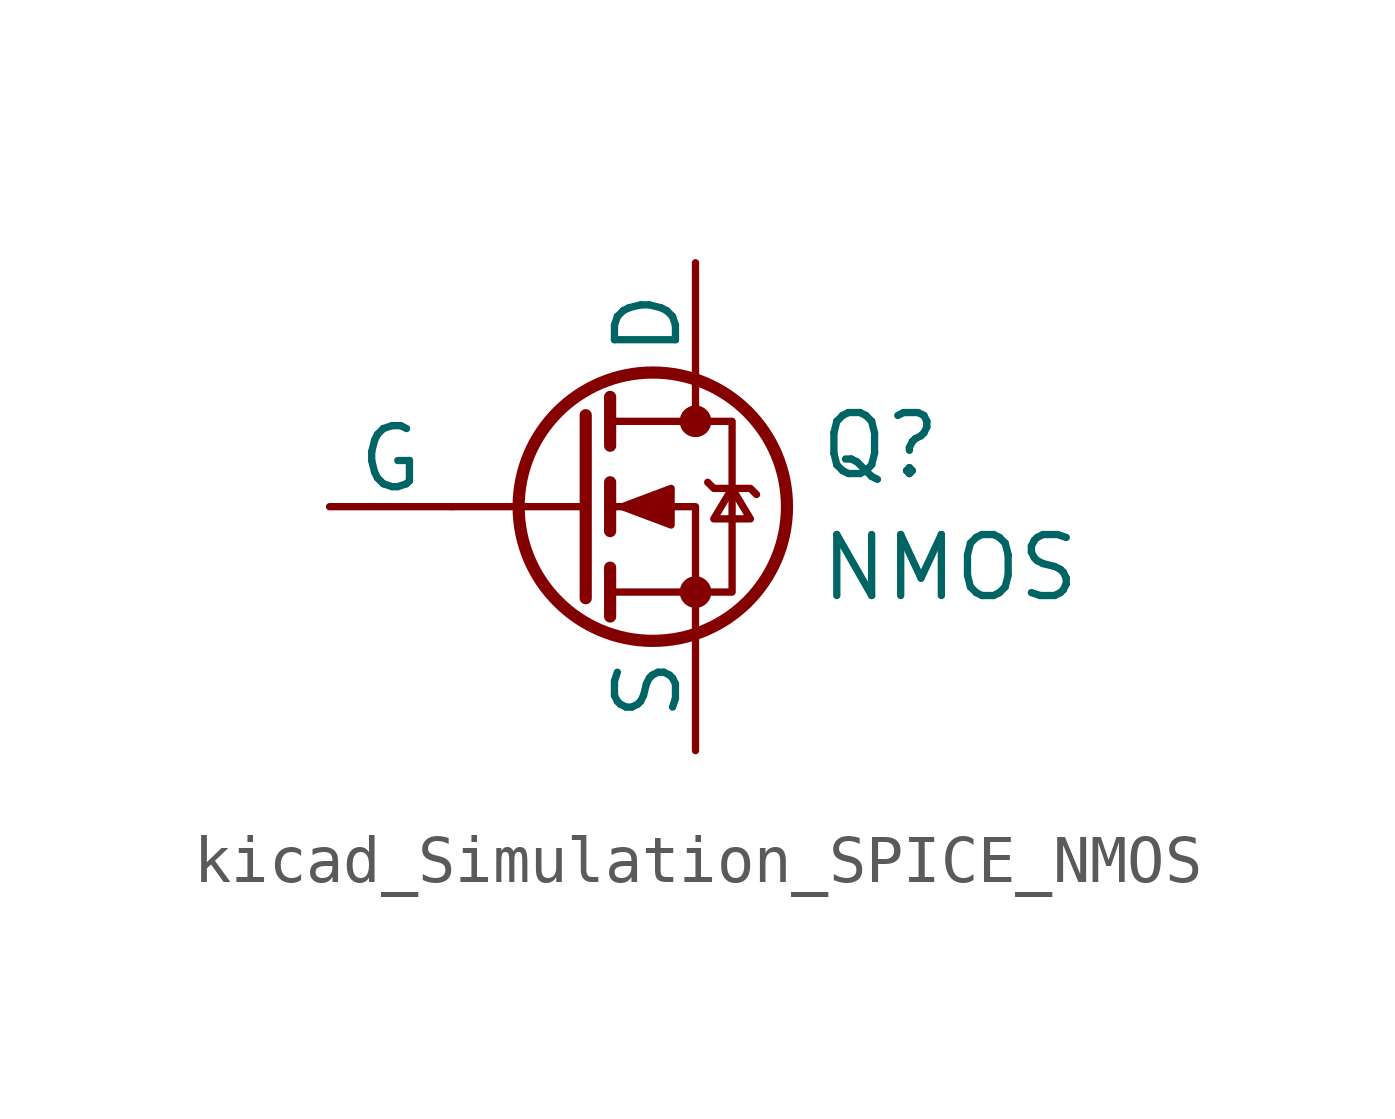
<source format=kicad_sym>
(kicad_symbol_lib
  (version 20220914)
  (generator kicad_symbol_editor)
  (symbol "kicad_Simulation_SPICE_NMOS"
    (pin_numbers hide)
    (pin_names
      (offset 0))
    (property "Reference" "Q"
      (at 5.08 1.27 0)
      (effects (font (size 1.27 1.27)) (justify left)))
    (property "Value" "NMOS"
      (at 5.08 -1.27 0)
      (effects (font (size 1.27 1.27)) (justify left)))
    (symbol "kicad_Simulation_SPICE_NMOS_0_1"
      (polyline (pts (xy 0.254 0) (xy -2.54 0)) (stroke (width 0) (type default)) (fill (type none)))
      (polyline (pts (xy 0.254 1.905) (xy 0.254 -1.905)) (stroke (width 0.254) (type default)) (fill (type none)))
      (polyline (pts (xy 0.762 -1.27) (xy 0.762 -2.286)) (stroke (width 0.254) (type default)) (fill (type none)))
      (polyline (pts (xy 0.762 0.508) (xy 0.762 -0.508)) (stroke (width 0.254) (type default)) (fill (type none)))
      (polyline (pts (xy 0.762 2.286) (xy 0.762 1.27)) (stroke (width 0.254) (type default)) (fill (type none)))
      (polyline (pts (xy 2.54 2.54) (xy 2.54 1.778)) (stroke (width 0) (type default)) (fill (type none)))
      (polyline (pts (xy 2.54 -2.54) (xy 2.54 0) (xy 0.762 0)) (stroke (width 0) (type default)) (fill (type none)))
      (polyline (pts (xy 0.762 -1.778) (xy 3.302 -1.778) (xy 3.302 1.778) (xy 0.762 1.778)) (stroke (width 0) (type default)) (fill (type none)))
      (polyline (pts (xy 1.016 0) (xy 2.032 0.381) (xy 2.032 -0.381) (xy 1.016 0)) (stroke (width 0) (type default)) (fill (type outline)))
      (polyline (pts (xy 2.794 0.508) (xy 2.921 0.381) (xy 3.683 0.381) (xy 3.81 0.254)) (stroke (width 0) (type default)) (fill (type none)))
      (polyline (pts (xy 3.302 0.381) (xy 2.921 -0.254) (xy 3.683 -0.254) (xy 3.302 0.381)) (stroke (width 0) (type default)) (fill (type none)))
      (circle (center 1.651 0) (radius 2.794) (stroke (width 0.254) (type default)) (fill (type none)))
      (circle (center 2.54 -1.778) (radius 0.254) (stroke (width 0) (type default)) (fill (type outline)))
      (circle (center 2.54 1.778) (radius 0.254) (stroke (width 0) (type default)) (fill (type outline))))
    (symbol "kicad_Simulation_SPICE_NMOS_1_1"
      (pin passive line (at 2.54 5.08 270) (length 2.54) (name "D" (effects (font (size 1.27 1.27)))) (number "1" (effects (font (size 1.27 1.27)))))
      (pin input line (at -5.08 0 0) (length 2.54) (name "G" (effects (font (size 1.27 1.27)))) (number "2" (effects (font (size 1.27 1.27)))))
      (pin passive line (at 2.54 -5.08 90) (length 2.54) (name "S" (effects (font (size 1.27 1.27)))) (number "3" (effects (font (size 1.27 1.27))))))))
</source>
